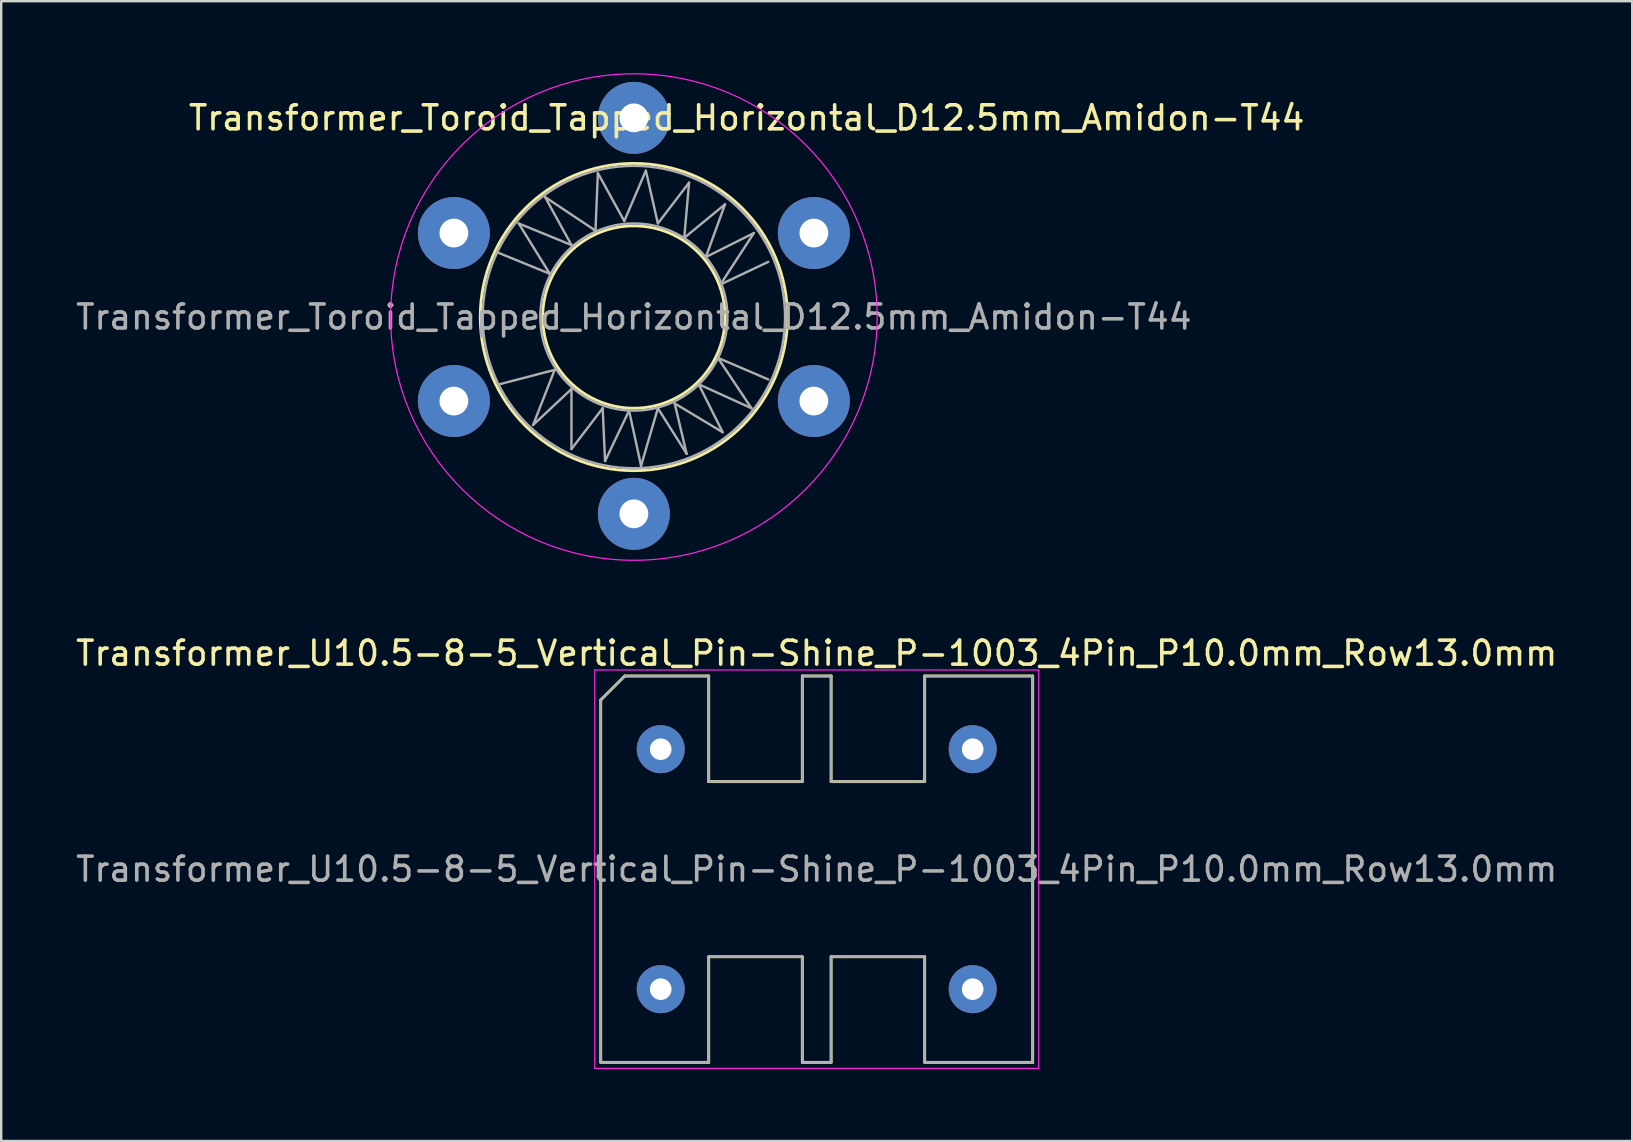
<source format=kicad_pcb>
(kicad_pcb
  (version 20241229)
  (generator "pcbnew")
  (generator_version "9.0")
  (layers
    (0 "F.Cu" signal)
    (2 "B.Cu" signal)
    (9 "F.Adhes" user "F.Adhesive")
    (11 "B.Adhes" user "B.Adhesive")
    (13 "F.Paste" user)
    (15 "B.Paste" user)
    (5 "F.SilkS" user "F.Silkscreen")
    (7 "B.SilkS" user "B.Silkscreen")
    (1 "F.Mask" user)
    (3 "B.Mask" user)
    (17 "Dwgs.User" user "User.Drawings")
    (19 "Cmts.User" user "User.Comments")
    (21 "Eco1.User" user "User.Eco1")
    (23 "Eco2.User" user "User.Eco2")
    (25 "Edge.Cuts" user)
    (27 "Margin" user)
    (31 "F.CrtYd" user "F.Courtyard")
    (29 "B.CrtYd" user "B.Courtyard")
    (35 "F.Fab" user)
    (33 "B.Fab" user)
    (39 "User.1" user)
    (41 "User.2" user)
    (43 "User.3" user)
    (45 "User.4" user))
  (footprint "Transformer_Toroid_Tapped_Horizontal_D12.5mm_Amidon-T44"
    (layer "F.Cu")
    (at 15.863 13.661)
    (property "Reference" "Transformer_Toroid_Tapped_Horizontal_D12.5mm_Amidon-T44" (at 12.2 -11.8 0) (layer "F.SilkS") (effects (font (size 1 1) (thickness 0.15))))
    (attr through_hole)
    (fp_circle (center 7.5 -3.5) (end 11.3 -3.5) (stroke (width 0.12) (type solid)) (fill no) (layer "F.SilkS"))
    (fp_circle (center 7.5 -3.5) (end 13.9 -3.4) (stroke (width 0.12) (type solid)) (fill no) (layer "F.SilkS"))
    (fp_circle (center 7.5 -3.5) (end 16.2 1.7) (stroke (width 0.05) (type solid)) (fill no) (layer "F.CrtYd"))
    (fp_line (start 1.8 -6.2) (end 4 -5.3) (stroke (width 0.1) (type solid)) (layer "F.Fab"))
    (fp_line (start 1.9 -0.7) (end 4.2 -1.3) (stroke (width 0.1) (type solid)) (layer "F.Fab"))
    (fp_line (start 2.7 -7.4) (end 4.9 -6.5) (stroke (width 0.1) (type solid)) (layer "F.Fab"))
    (fp_line (start 3.3 1) (end 4.9 -0.5) (stroke (width 0.1) (type solid)) (layer "F.Fab"))
    (fp_line (start 3.8 -8.5) (end 5.9 -7.1) (stroke (width 0.1) (type solid)) (layer "F.Fab"))
    (fp_line (start 4 -5.3) (end 2.7 -7.4) (stroke (width 0.1) (type solid)) (layer "F.Fab"))
    (fp_line (start 4.2 -1.3) (end 3.3 1) (stroke (width 0.1) (type solid)) (layer "F.Fab"))
    (fp_line (start 4.9 -6.5) (end 3.8 -8.5) (stroke (width 0.1) (type solid)) (layer "F.Fab"))
    (fp_line (start 4.9 -0.5) (end 4.9 2) (stroke (width 0.1) (type solid)) (layer "F.Fab"))
    (fp_line (start 4.9 2) (end 6.2 0.3) (stroke (width 0.1) (type solid)) (layer "F.Fab"))
    (fp_line (start 5.9 -7.1) (end 6 -9.5) (stroke (width 0.1) (type solid)) (layer "F.Fab"))
    (fp_line (start 6 -9.5) (end 7.1 -7.5) (stroke (width 0.1) (type solid)) (layer "F.Fab"))
    (fp_line (start 6.2 0.3) (end 6.3 2.5) (stroke (width 0.1) (type solid)) (layer "F.Fab"))
    (fp_line (start 6.3 2.5) (end 7.3 0.4) (stroke (width 0.1) (type solid)) (layer "F.Fab"))
    (fp_line (start 7.1 -7.5) (end 8 -9.6) (stroke (width 0.1) (type solid)) (layer "F.Fab"))
    (fp_line (start 7.3 0.4) (end 7.8 2.7) (stroke (width 0.1) (type solid)) (layer "F.Fab"))
    (fp_line (start 7.8 2.7) (end 8.5 0.3) (stroke (width 0.1) (type solid)) (layer "F.Fab"))
    (fp_line (start 8 -9.6) (end 8.5 -7.4) (stroke (width 0.1) (type solid)) (layer "F.Fab"))
    (fp_line (start 8.5 -7.4) (end 9.8 -9.1) (stroke (width 0.1) (type solid)) (layer "F.Fab"))
    (fp_line (start 8.5 0.3) (end 9.7 2.2) (stroke (width 0.1) (type solid)) (layer "F.Fab"))
    (fp_line (start 9.2 0.1) (end 11.2 1.3) (stroke (width 0.1) (type solid)) (layer "F.Fab"))
    (fp_line (start 9.6 -6.8) (end 11.3 -8.2) (stroke (width 0.1) (type solid)) (layer "F.Fab"))
    (fp_line (start 9.7 2.2) (end 9.2 0.1) (stroke (width 0.1) (type solid)) (layer "F.Fab"))
    (fp_line (start 9.8 -9.1) (end 9.6 -6.8) (stroke (width 0.1) (type solid)) (layer "F.Fab"))
    (fp_line (start 10.2 -0.7) (end 12.4 0.3) (stroke (width 0.1) (type solid)) (layer "F.Fab"))
    (fp_line (start 10.5 -6) (end 12.5 -7) (stroke (width 0.1) (type solid)) (layer "F.Fab"))
    (fp_line (start 11 -1.8) (end 13.1 -0.9) (stroke (width 0.1) (type solid)) (layer "F.Fab"))
    (fp_line (start 11.2 -4.9) (end 13.1 -5.8) (stroke (width 0.1) (type solid)) (layer "F.Fab"))
    (fp_line (start 11.2 1.3) (end 10.2 -0.7) (stroke (width 0.1) (type solid)) (layer "F.Fab"))
    (fp_line (start 11.3 -8.2) (end 10.5 -6) (stroke (width 0.1) (type solid)) (layer "F.Fab"))
    (fp_line (start 12.4 0.3) (end 11 -1.8) (stroke (width 0.1) (type solid)) (layer "F.Fab"))
    (fp_line (start 12.5 -7) (end 11.2 -5) (stroke (width 0.1) (type solid)) (layer "F.Fab"))
    (fp_circle (center 7.5 -3.5) (end 11.4 -3.5) (stroke (width 0.1) (type solid)) (fill no) (layer "F.Fab"))
    (fp_circle (center 7.5 -3.5) (end 13.8 -3.5) (stroke (width 0.1) (type solid)) (fill no) (layer "F.Fab"))
    (fp_text user "${REFERENCE}" (at 7.5 -3.5 0) (layer "F.Fab") (effects (font (size 1 1) (thickness 0.15))))
    (pad "1" thru_hole circle (at 0 0) (size 3 3) (drill 1.2) (layers "*.Cu" "*.Mask"))
    (pad "2" thru_hole circle (at 7.5 4.7) (size 3 3) (drill 1.2) (layers "*.Cu" "*.Mask"))
    (pad "3" thru_hole circle (at 15 0) (size 3 3) (drill 1.2) (layers "*.Cu" "*.Mask"))
    (pad "4" thru_hole circle (at 0 -7) (size 3 3) (drill 1.2) (layers "*.Cu" "*.Mask"))
    (pad "5" thru_hole circle (at 7.5 -11.8) (size 3 3) (drill 1.2) (layers "*.Cu" "*.Mask"))
    (pad "6" thru_hole circle (at 15 -7) (size 3 3) (drill 1.2) (layers "*.Cu" "*.Mask")))
  (footprint "Transformer_U10.5-8-5_Vertical_Pin-Shine_P-1003_4Pin_P10.0mm_Row13.0mm"
    (layer "F.Cu")
    (at 24.482 28.169)
    (property "Reference" "Transformer_U10.5-8-5_Vertical_Pin-Shine_P-1003_4Pin_P10.0mm_Row13.0mm" (at 6.5 -4 0) (layer "F.SilkS") (effects (font (size 1 1) (thickness 0.15))))
    (attr through_hole)
    (fp_line (start -2.5 13.05) (end -2.5 -2.05) (stroke (width 0.12) (type solid)) (layer "F.SilkS"))
    (fp_line (start -1.5 -3.05) (end -2.5 -2.05) (stroke (width 0.12) (type solid)) (layer "F.SilkS"))
    (fp_line (start -1.5 -3.05) (end 2 -3.05) (stroke (width 0.12) (type solid)) (layer "F.SilkS"))
    (fp_line (start 2 -3.05) (end 2 1.35) (stroke (width 0.12) (type solid)) (layer "F.SilkS"))
    (fp_line (start 2 8.65) (end 2 13.05) (stroke (width 0.12) (type solid)) (layer "F.SilkS"))
    (fp_line (start 2 8.65) (end 5.9 8.65) (stroke (width 0.12) (type solid)) (layer "F.SilkS"))
    (fp_line (start 2 13.05) (end -2.5 13.05) (stroke (width 0.12) (type solid)) (layer "F.SilkS"))
    (fp_line (start 5.9 -3.05) (end 5.9 1.35) (stroke (width 0.12) (type solid)) (layer "F.SilkS"))
    (fp_line (start 5.9 -3.05) (end 7.1 -3.05) (stroke (width 0.12) (type solid)) (layer "F.SilkS"))
    (fp_line (start 5.9 1.35) (end 2 1.35) (stroke (width 0.12) (type solid)) (layer "F.SilkS"))
    (fp_line (start 5.9 8.65) (end 5.9 13.05) (stroke (width 0.12) (type solid)) (layer "F.SilkS"))
    (fp_line (start 5.9 13.05) (end 7.1 13.05) (stroke (width 0.12) (type solid)) (layer "F.SilkS"))
    (fp_line (start 7.1 -3.05) (end 7.1 1.35) (stroke (width 0.12) (type solid)) (layer "F.SilkS"))
    (fp_line (start 7.1 8.65) (end 7.1 13.05) (stroke (width 0.12) (type solid)) (layer "F.SilkS"))
    (fp_line (start 7.1 8.65) (end 11 8.65) (stroke (width 0.12) (type solid)) (layer "F.SilkS"))
    (fp_line (start 11 -3.05) (end 15.5 -3.05) (stroke (width 0.12) (type solid)) (layer "F.SilkS"))
    (fp_line (start 11 1.35) (end 7.1 1.35) (stroke (width 0.12) (type solid)) (layer "F.SilkS"))
    (fp_line (start 11 1.35) (end 11 -3.05) (stroke (width 0.12) (type solid)) (layer "F.SilkS"))
    (fp_line (start 11 13.05) (end 11 8.65) (stroke (width 0.12) (type solid)) (layer "F.SilkS"))
    (fp_line (start 15.5 -3.05) (end 15.5 13.05) (stroke (width 0.12) (type solid)) (layer "F.SilkS"))
    (fp_line (start 15.5 13.05) (end 11 13.05) (stroke (width 0.12) (type solid)) (layer "F.SilkS"))
    (fp_line (start -2.75 13.3) (end -2.75 -3.3) (stroke (width 0.05) (type solid)) (layer "F.CrtYd"))
    (fp_line (start 15.75 -3.3) (end -2.75 -3.3) (stroke (width 0.05) (type solid)) (layer "F.CrtYd"))
    (fp_line (start 15.75 13.3) (end -2.75 13.3) (stroke (width 0.05) (type solid)) (layer "F.CrtYd"))
    (fp_line (start 15.75 13.3) (end 15.75 -3.3) (stroke (width 0.05) (type solid)) (layer "F.CrtYd"))
    (fp_line (start -2.5 13.05) (end -2.5 -2.05) (stroke (width 0.1) (type solid)) (layer "F.Fab"))
    (fp_line (start -1.5 -3.05) (end -2.5 -2.05) (stroke (width 0.1) (type solid)) (layer "F.Fab"))
    (fp_line (start -1.5 -3.05) (end 2 -3.05) (stroke (width 0.1) (type solid)) (layer "F.Fab"))
    (fp_line (start 2 -3.05) (end 2 1.35) (stroke (width 0.1) (type solid)) (layer "F.Fab"))
    (fp_line (start 2 8.65) (end 2 13.05) (stroke (width 0.1) (type solid)) (layer "F.Fab"))
    (fp_line (start 2 8.65) (end 5.9 8.65) (stroke (width 0.1) (type solid)) (layer "F.Fab"))
    (fp_line (start 2 13.05) (end -2.5 13.05) (stroke (width 0.1) (type solid)) (layer "F.Fab"))
    (fp_line (start 5.9 -3.05) (end 5.9 1.35) (stroke (width 0.1) (type solid)) (layer "F.Fab"))
    (fp_line (start 5.9 -3.05) (end 7.1 -3.05) (stroke (width 0.1) (type solid)) (layer "F.Fab"))
    (fp_line (start 5.9 1.35) (end 2 1.35) (stroke (width 0.1) (type solid)) (layer "F.Fab"))
    (fp_line (start 5.9 8.65) (end 5.9 13.05) (stroke (width 0.1) (type solid)) (layer "F.Fab"))
    (fp_line (start 5.9 13.05) (end 7.1 13.05) (stroke (width 0.1) (type solid)) (layer "F.Fab"))
    (fp_line (start 7.1 -3.05) (end 7.1 1.35) (stroke (width 0.1) (type solid)) (layer "F.Fab"))
    (fp_line (start 7.1 8.65) (end 7.1 13.05) (stroke (width 0.1) (type solid)) (layer "F.Fab"))
    (fp_line (start 7.1 8.65) (end 11 8.65) (stroke (width 0.1) (type solid)) (layer "F.Fab"))
    (fp_line (start 11 -3.05) (end 15.5 -3.05) (stroke (width 0.1) (type solid)) (layer "F.Fab"))
    (fp_line (start 11 1.35) (end 7.1 1.35) (stroke (width 0.1) (type solid)) (layer "F.Fab"))
    (fp_line (start 11 1.35) (end 11 -3.05) (stroke (width 0.1) (type solid)) (layer "F.Fab"))
    (fp_line (start 11 13.05) (end 11 8.65) (stroke (width 0.1) (type solid)) (layer "F.Fab"))
    (fp_line (start 15.5 -3.05) (end 15.5 13.05) (stroke (width 0.1) (type solid)) (layer "F.Fab"))
    (fp_line (start 15.5 13.05) (end 11 13.05) (stroke (width 0.1) (type solid)) (layer "F.Fab"))
    (fp_text user "${REFERENCE}" (at 6.5 5 0) (layer "F.Fab") (effects (font (size 1 1) (thickness 0.15))))
    (pad "1" thru_hole circle (at 0 0) (size 2 2) (drill 0.9) (layers "*.Cu" "*.Mask"))
    (pad "2" thru_hole circle (at 0 10) (size 2 2) (drill 0.9) (layers "*.Cu" "*.Mask"))
    (pad "3" thru_hole circle (at 13 10) (size 2 2) (drill 0.9) (layers "*.Cu" "*.Mask"))
    (pad "4" thru_hole circle (at 13 0) (size 2 2) (drill 0.9) (layers "*.Cu" "*.Mask")))
  (gr_rect
    (start -3 -3)
    (end 64.964 44.494)
    (stroke (width 0.1) (type default))
    (fill no)
    (layer "Edge.Cuts")))
</source>
